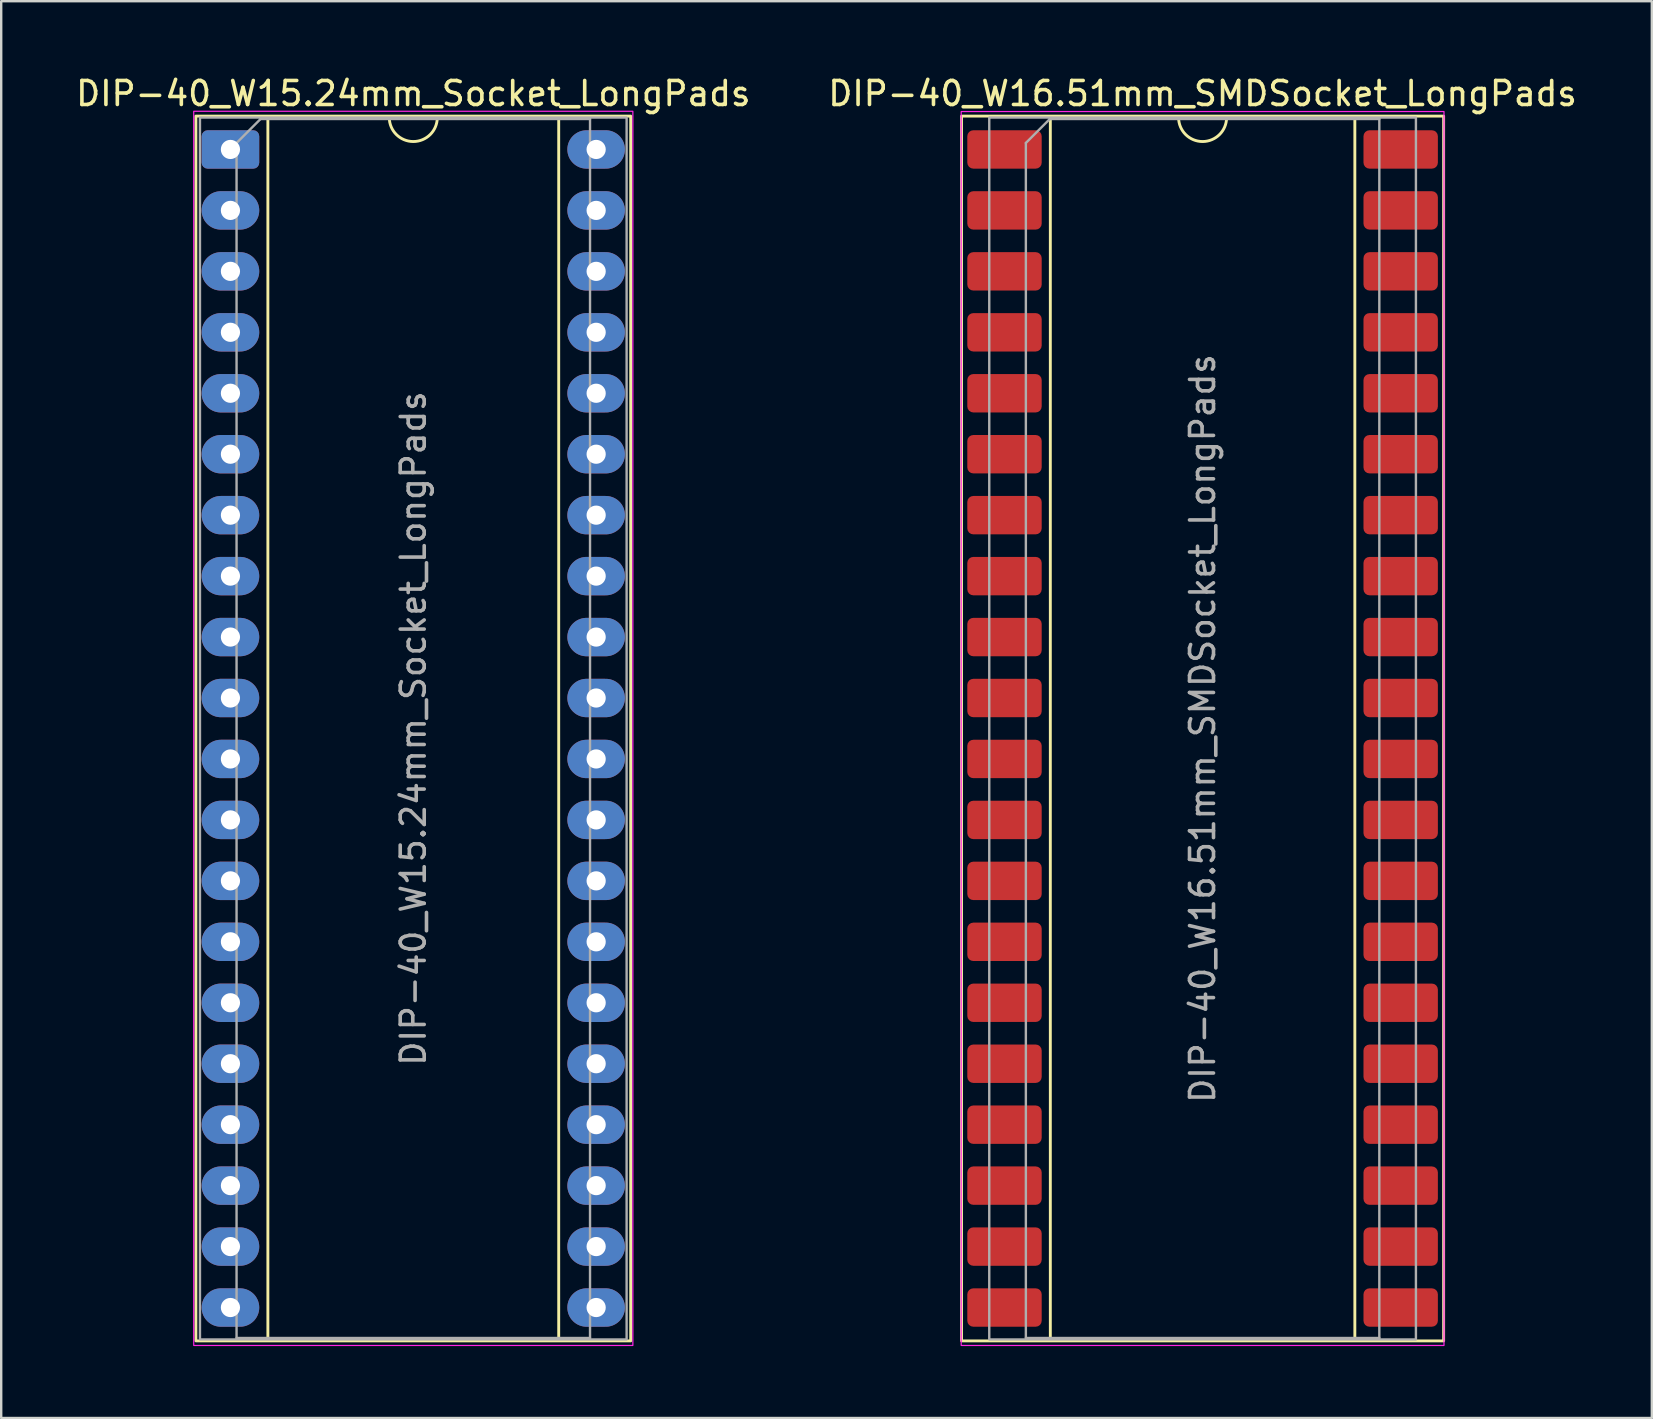
<source format=kicad_pcb>
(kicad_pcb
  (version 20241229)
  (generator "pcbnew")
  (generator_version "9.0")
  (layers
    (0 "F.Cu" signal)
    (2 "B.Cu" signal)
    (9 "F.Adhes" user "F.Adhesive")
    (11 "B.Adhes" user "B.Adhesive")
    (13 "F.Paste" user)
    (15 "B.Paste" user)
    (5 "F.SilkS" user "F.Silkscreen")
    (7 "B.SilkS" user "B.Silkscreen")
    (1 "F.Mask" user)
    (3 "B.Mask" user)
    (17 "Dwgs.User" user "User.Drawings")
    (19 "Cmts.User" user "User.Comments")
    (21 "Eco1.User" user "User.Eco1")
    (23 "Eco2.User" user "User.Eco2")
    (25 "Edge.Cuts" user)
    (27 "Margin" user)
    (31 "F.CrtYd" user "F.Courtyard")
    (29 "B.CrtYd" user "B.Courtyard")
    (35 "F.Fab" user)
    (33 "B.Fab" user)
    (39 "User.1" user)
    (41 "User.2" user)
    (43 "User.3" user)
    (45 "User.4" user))
  (footprint "DIP-40_W15.24mm_Socket_LongPads"
    (layer "F.Cu")
    (at 6.553 3.178)
    (property "Reference" "DIP-40_W15.24mm_Socket_LongPads" (at 7.62 -2.33 0) (layer "F.SilkS") (effects (font (size 1 1) (thickness 0.15))))
    (attr through_hole)
    (fp_line (start 1.56 -1.33) (end 1.56 49.59) (stroke (width 0.12) (type solid)) (layer "F.SilkS"))
    (fp_line (start 1.56 49.59) (end 13.68 49.59) (stroke (width 0.12) (type solid)) (layer "F.SilkS"))
    (fp_line (start 6.62 -1.33) (end 1.56 -1.33) (stroke (width 0.12) (type solid)) (layer "F.SilkS"))
    (fp_line (start 13.68 -1.33) (end 8.62 -1.33) (stroke (width 0.12) (type solid)) (layer "F.SilkS"))
    (fp_line (start 13.68 49.59) (end 13.68 -1.33) (stroke (width 0.12) (type solid)) (layer "F.SilkS"))
    (fp_rect (start -1.44 -1.39) (end 16.68 49.65) (stroke (width 0.12) (type solid)) (fill no) (layer "F.SilkS"))
    (fp_arc (start 8.62 -1.33) (mid 7.62 -0.33) (end 6.62 -1.33) (stroke (width 0.12) (type solid)) (layer "F.SilkS"))
    (fp_rect (start -1.53 -1.59) (end 16.77 49.84) (stroke (width 0.05) (type solid)) (fill no) (layer "F.CrtYd"))
    (fp_line (start 0.255 -0.27) (end 1.255 -1.27) (stroke (width 0.1) (type solid)) (layer "F.Fab"))
    (fp_line (start 0.255 49.53) (end 0.255 -0.27) (stroke (width 0.1) (type solid)) (layer "F.Fab"))
    (fp_line (start 1.255 -1.27) (end 14.985 -1.27) (stroke (width 0.1) (type solid)) (layer "F.Fab"))
    (fp_line (start 14.985 -1.27) (end 14.985 49.53) (stroke (width 0.1) (type solid)) (layer "F.Fab"))
    (fp_line (start 14.985 49.53) (end 0.255 49.53) (stroke (width 0.1) (type solid)) (layer "F.Fab"))
    (fp_rect (start -1.27 -1.33) (end 16.51 49.59) (stroke (width 0.1) (type solid)) (fill no) (layer "F.Fab"))
    (fp_text user "${REFERENCE}" (at 7.62 24.13 90) (layer "F.Fab") (effects (font (size 1 1) (thickness 0.15))))
    (pad "1" thru_hole roundrect (at 0 0) (size 2.4 1.6) (drill 0.8) (layers "*.Cu" "*.Mask") (roundrect_rratio 0.156))
    (pad "2" thru_hole oval (at 0 2.54) (size 2.4 1.6) (drill 0.8) (layers "*.Cu" "*.Mask"))
    (pad "3" thru_hole oval (at 0 5.08) (size 2.4 1.6) (drill 0.8) (layers "*.Cu" "*.Mask"))
    (pad "4" thru_hole oval (at 0 7.62) (size 2.4 1.6) (drill 0.8) (layers "*.Cu" "*.Mask"))
    (pad "5" thru_hole oval (at 0 10.16) (size 2.4 1.6) (drill 0.8) (layers "*.Cu" "*.Mask"))
    (pad "6" thru_hole oval (at 0 12.7) (size 2.4 1.6) (drill 0.8) (layers "*.Cu" "*.Mask"))
    (pad "7" thru_hole oval (at 0 15.24) (size 2.4 1.6) (drill 0.8) (layers "*.Cu" "*.Mask"))
    (pad "8" thru_hole oval (at 0 17.78) (size 2.4 1.6) (drill 0.8) (layers "*.Cu" "*.Mask"))
    (pad "9" thru_hole oval (at 0 20.32) (size 2.4 1.6) (drill 0.8) (layers "*.Cu" "*.Mask"))
    (pad "10" thru_hole oval (at 0 22.86) (size 2.4 1.6) (drill 0.8) (layers "*.Cu" "*.Mask"))
    (pad "11" thru_hole oval (at 0 25.4) (size 2.4 1.6) (drill 0.8) (layers "*.Cu" "*.Mask"))
    (pad "12" thru_hole oval (at 0 27.94) (size 2.4 1.6) (drill 0.8) (layers "*.Cu" "*.Mask"))
    (pad "13" thru_hole oval (at 0 30.48) (size 2.4 1.6) (drill 0.8) (layers "*.Cu" "*.Mask"))
    (pad "14" thru_hole oval (at 0 33.02) (size 2.4 1.6) (drill 0.8) (layers "*.Cu" "*.Mask"))
    (pad "15" thru_hole oval (at 0 35.56) (size 2.4 1.6) (drill 0.8) (layers "*.Cu" "*.Mask"))
    (pad "16" thru_hole oval (at 0 38.1) (size 2.4 1.6) (drill 0.8) (layers "*.Cu" "*.Mask"))
    (pad "17" thru_hole oval (at 0 40.64) (size 2.4 1.6) (drill 0.8) (layers "*.Cu" "*.Mask"))
    (pad "18" thru_hole oval (at 0 43.18) (size 2.4 1.6) (drill 0.8) (layers "*.Cu" "*.Mask"))
    (pad "19" thru_hole oval (at 0 45.72) (size 2.4 1.6) (drill 0.8) (layers "*.Cu" "*.Mask"))
    (pad "20" thru_hole oval (at 0 48.26) (size 2.4 1.6) (drill 0.8) (layers "*.Cu" "*.Mask"))
    (pad "21" thru_hole oval (at 15.24 48.26) (size 2.4 1.6) (drill 0.8) (layers "*.Cu" "*.Mask"))
    (pad "22" thru_hole oval (at 15.24 45.72) (size 2.4 1.6) (drill 0.8) (layers "*.Cu" "*.Mask"))
    (pad "23" thru_hole oval (at 15.24 43.18) (size 2.4 1.6) (drill 0.8) (layers "*.Cu" "*.Mask"))
    (pad "24" thru_hole oval (at 15.24 40.64) (size 2.4 1.6) (drill 0.8) (layers "*.Cu" "*.Mask"))
    (pad "25" thru_hole oval (at 15.24 38.1) (size 2.4 1.6) (drill 0.8) (layers "*.Cu" "*.Mask"))
    (pad "26" thru_hole oval (at 15.24 35.56) (size 2.4 1.6) (drill 0.8) (layers "*.Cu" "*.Mask"))
    (pad "27" thru_hole oval (at 15.24 33.02) (size 2.4 1.6) (drill 0.8) (layers "*.Cu" "*.Mask"))
    (pad "28" thru_hole oval (at 15.24 30.48) (size 2.4 1.6) (drill 0.8) (layers "*.Cu" "*.Mask"))
    (pad "29" thru_hole oval (at 15.24 27.94) (size 2.4 1.6) (drill 0.8) (layers "*.Cu" "*.Mask"))
    (pad "30" thru_hole oval (at 15.24 25.4) (size 2.4 1.6) (drill 0.8) (layers "*.Cu" "*.Mask"))
    (pad "31" thru_hole oval (at 15.24 22.86) (size 2.4 1.6) (drill 0.8) (layers "*.Cu" "*.Mask"))
    (pad "32" thru_hole oval (at 15.24 20.32) (size 2.4 1.6) (drill 0.8) (layers "*.Cu" "*.Mask"))
    (pad "33" thru_hole oval (at 15.24 17.78) (size 2.4 1.6) (drill 0.8) (layers "*.Cu" "*.Mask"))
    (pad "34" thru_hole oval (at 15.24 15.24) (size 2.4 1.6) (drill 0.8) (layers "*.Cu" "*.Mask"))
    (pad "35" thru_hole oval (at 15.24 12.7) (size 2.4 1.6) (drill 0.8) (layers "*.Cu" "*.Mask"))
    (pad "36" thru_hole oval (at 15.24 10.16) (size 2.4 1.6) (drill 0.8) (layers "*.Cu" "*.Mask"))
    (pad "37" thru_hole oval (at 15.24 7.62) (size 2.4 1.6) (drill 0.8) (layers "*.Cu" "*.Mask"))
    (pad "38" thru_hole oval (at 15.24 5.08) (size 2.4 1.6) (drill 0.8) (layers "*.Cu" "*.Mask"))
    (pad "39" thru_hole oval (at 15.24 2.54) (size 2.4 1.6) (drill 0.8) (layers "*.Cu" "*.Mask"))
    (pad "40" thru_hole oval (at 15.24 0) (size 2.4 1.6) (drill 0.8) (layers "*.Cu" "*.Mask")))
  (footprint "DIP-40_W16.51mm_SMDSocket_LongPads"
    (layer "F.Cu")
    (at 47.065 27.308)
    (property "Reference" "DIP-40_W16.51mm_SMDSocket_LongPads" (at 0 -26.46 0) (layer "F.SilkS") (effects (font (size 1 1) (thickness 0.15))))
    (attr smd)
    (fp_line (start -6.345 -25.46) (end -6.345 25.46) (stroke (width 0.12) (type solid)) (layer "F.SilkS"))
    (fp_line (start -6.345 25.46) (end 6.345 25.46) (stroke (width 0.12) (type solid)) (layer "F.SilkS"))
    (fp_line (start -1 -25.46) (end -6.345 -25.46) (stroke (width 0.12) (type solid)) (layer "F.SilkS"))
    (fp_line (start 6.345 -25.46) (end 1 -25.46) (stroke (width 0.12) (type solid)) (layer "F.SilkS"))
    (fp_line (start 6.345 25.46) (end 6.345 -25.46) (stroke (width 0.12) (type solid)) (layer "F.SilkS"))
    (fp_rect (start -10.045 -25.52) (end 10.045 25.52) (stroke (width 0.12) (type solid)) (fill no) (layer "F.SilkS"))
    (fp_arc (start 1 -25.46) (mid 0 -24.46) (end -1 -25.46) (stroke (width 0.12) (type solid)) (layer "F.SilkS"))
    (fp_rect (start -10.06 -25.71) (end 10.06 25.71) (stroke (width 0.05) (type solid)) (fill no) (layer "F.CrtYd"))
    (fp_line (start -7.365 -24.4) (end -6.365 -25.4) (stroke (width 0.1) (type solid)) (layer "F.Fab"))
    (fp_line (start -7.365 25.4) (end -7.365 -24.4) (stroke (width 0.1) (type solid)) (layer "F.Fab"))
    (fp_line (start -6.365 -25.4) (end 7.365 -25.4) (stroke (width 0.1) (type solid)) (layer "F.Fab"))
    (fp_line (start 7.365 -25.4) (end 7.365 25.4) (stroke (width 0.1) (type solid)) (layer "F.Fab"))
    (fp_line (start 7.365 25.4) (end -7.365 25.4) (stroke (width 0.1) (type solid)) (layer "F.Fab"))
    (fp_rect (start -8.89 -25.46) (end 8.89 25.46) (stroke (width 0.1) (type solid)) (fill no) (layer "F.Fab"))
    (fp_text user "${REFERENCE}" (at 0 0 90) (layer "F.Fab") (effects (font (size 1 1) (thickness 0.15))))
    (pad "1" smd roundrect (at -8.255 -24.13) (size 3.1 1.6) (layers "F.Cu" "F.Mask" "F.Paste") (roundrect_rratio 0.156))
    (pad "2" smd roundrect (at -8.255 -21.59) (size 3.1 1.6) (layers "F.Cu" "F.Mask" "F.Paste") (roundrect_rratio 0.156))
    (pad "3" smd roundrect (at -8.255 -19.05) (size 3.1 1.6) (layers "F.Cu" "F.Mask" "F.Paste") (roundrect_rratio 0.156))
    (pad "4" smd roundrect (at -8.255 -16.51) (size 3.1 1.6) (layers "F.Cu" "F.Mask" "F.Paste") (roundrect_rratio 0.156))
    (pad "5" smd roundrect (at -8.255 -13.97) (size 3.1 1.6) (layers "F.Cu" "F.Mask" "F.Paste") (roundrect_rratio 0.156))
    (pad "6" smd roundrect (at -8.255 -11.43) (size 3.1 1.6) (layers "F.Cu" "F.Mask" "F.Paste") (roundrect_rratio 0.156))
    (pad "7" smd roundrect (at -8.255 -8.89) (size 3.1 1.6) (layers "F.Cu" "F.Mask" "F.Paste") (roundrect_rratio 0.156))
    (pad "8" smd roundrect (at -8.255 -6.35) (size 3.1 1.6) (layers "F.Cu" "F.Mask" "F.Paste") (roundrect_rratio 0.156))
    (pad "9" smd roundrect (at -8.255 -3.81) (size 3.1 1.6) (layers "F.Cu" "F.Mask" "F.Paste") (roundrect_rratio 0.156))
    (pad "10" smd roundrect (at -8.255 -1.27) (size 3.1 1.6) (layers "F.Cu" "F.Mask" "F.Paste") (roundrect_rratio 0.156))
    (pad "11" smd roundrect (at -8.255 1.27) (size 3.1 1.6) (layers "F.Cu" "F.Mask" "F.Paste") (roundrect_rratio 0.156))
    (pad "12" smd roundrect (at -8.255 3.81) (size 3.1 1.6) (layers "F.Cu" "F.Mask" "F.Paste") (roundrect_rratio 0.156))
    (pad "13" smd roundrect (at -8.255 6.35) (size 3.1 1.6) (layers "F.Cu" "F.Mask" "F.Paste") (roundrect_rratio 0.156))
    (pad "14" smd roundrect (at -8.255 8.89) (size 3.1 1.6) (layers "F.Cu" "F.Mask" "F.Paste") (roundrect_rratio 0.156))
    (pad "15" smd roundrect (at -8.255 11.43) (size 3.1 1.6) (layers "F.Cu" "F.Mask" "F.Paste") (roundrect_rratio 0.156))
    (pad "16" smd roundrect (at -8.255 13.97) (size 3.1 1.6) (layers "F.Cu" "F.Mask" "F.Paste") (roundrect_rratio 0.156))
    (pad "17" smd roundrect (at -8.255 16.51) (size 3.1 1.6) (layers "F.Cu" "F.Mask" "F.Paste") (roundrect_rratio 0.156))
    (pad "18" smd roundrect (at -8.255 19.05) (size 3.1 1.6) (layers "F.Cu" "F.Mask" "F.Paste") (roundrect_rratio 0.156))
    (pad "19" smd roundrect (at -8.255 21.59) (size 3.1 1.6) (layers "F.Cu" "F.Mask" "F.Paste") (roundrect_rratio 0.156))
    (pad "20" smd roundrect (at -8.255 24.13) (size 3.1 1.6) (layers "F.Cu" "F.Mask" "F.Paste") (roundrect_rratio 0.156))
    (pad "21" smd roundrect (at 8.255 24.13) (size 3.1 1.6) (layers "F.Cu" "F.Mask" "F.Paste") (roundrect_rratio 0.156))
    (pad "22" smd roundrect (at 8.255 21.59) (size 3.1 1.6) (layers "F.Cu" "F.Mask" "F.Paste") (roundrect_rratio 0.156))
    (pad "23" smd roundrect (at 8.255 19.05) (size 3.1 1.6) (layers "F.Cu" "F.Mask" "F.Paste") (roundrect_rratio 0.156))
    (pad "24" smd roundrect (at 8.255 16.51) (size 3.1 1.6) (layers "F.Cu" "F.Mask" "F.Paste") (roundrect_rratio 0.156))
    (pad "25" smd roundrect (at 8.255 13.97) (size 3.1 1.6) (layers "F.Cu" "F.Mask" "F.Paste") (roundrect_rratio 0.156))
    (pad "26" smd roundrect (at 8.255 11.43) (size 3.1 1.6) (layers "F.Cu" "F.Mask" "F.Paste") (roundrect_rratio 0.156))
    (pad "27" smd roundrect (at 8.255 8.89) (size 3.1 1.6) (layers "F.Cu" "F.Mask" "F.Paste") (roundrect_rratio 0.156))
    (pad "28" smd roundrect (at 8.255 6.35) (size 3.1 1.6) (layers "F.Cu" "F.Mask" "F.Paste") (roundrect_rratio 0.156))
    (pad "29" smd roundrect (at 8.255 3.81) (size 3.1 1.6) (layers "F.Cu" "F.Mask" "F.Paste") (roundrect_rratio 0.156))
    (pad "30" smd roundrect (at 8.255 1.27) (size 3.1 1.6) (layers "F.Cu" "F.Mask" "F.Paste") (roundrect_rratio 0.156))
    (pad "31" smd roundrect (at 8.255 -1.27) (size 3.1 1.6) (layers "F.Cu" "F.Mask" "F.Paste") (roundrect_rratio 0.156))
    (pad "32" smd roundrect (at 8.255 -3.81) (size 3.1 1.6) (layers "F.Cu" "F.Mask" "F.Paste") (roundrect_rratio 0.156))
    (pad "33" smd roundrect (at 8.255 -6.35) (size 3.1 1.6) (layers "F.Cu" "F.Mask" "F.Paste") (roundrect_rratio 0.156))
    (pad "34" smd roundrect (at 8.255 -8.89) (size 3.1 1.6) (layers "F.Cu" "F.Mask" "F.Paste") (roundrect_rratio 0.156))
    (pad "35" smd roundrect (at 8.255 -11.43) (size 3.1 1.6) (layers "F.Cu" "F.Mask" "F.Paste") (roundrect_rratio 0.156))
    (pad "36" smd roundrect (at 8.255 -13.97) (size 3.1 1.6) (layers "F.Cu" "F.Mask" "F.Paste") (roundrect_rratio 0.156))
    (pad "37" smd roundrect (at 8.255 -16.51) (size 3.1 1.6) (layers "F.Cu" "F.Mask" "F.Paste") (roundrect_rratio 0.156))
    (pad "38" smd roundrect (at 8.255 -19.05) (size 3.1 1.6) (layers "F.Cu" "F.Mask" "F.Paste") (roundrect_rratio 0.156))
    (pad "39" smd roundrect (at 8.255 -21.59) (size 3.1 1.6) (layers "F.Cu" "F.Mask" "F.Paste") (roundrect_rratio 0.156))
    (pad "40" smd roundrect (at 8.255 -24.13) (size 3.1 1.6) (layers "F.Cu" "F.Mask" "F.Paste") (roundrect_rratio 0.156)))
  (gr_rect
    (start -3 -3)
    (end 65.786 56.043)
    (stroke (width 0.1) (type default))
    (fill no)
    (layer "Edge.Cuts")))
</source>
